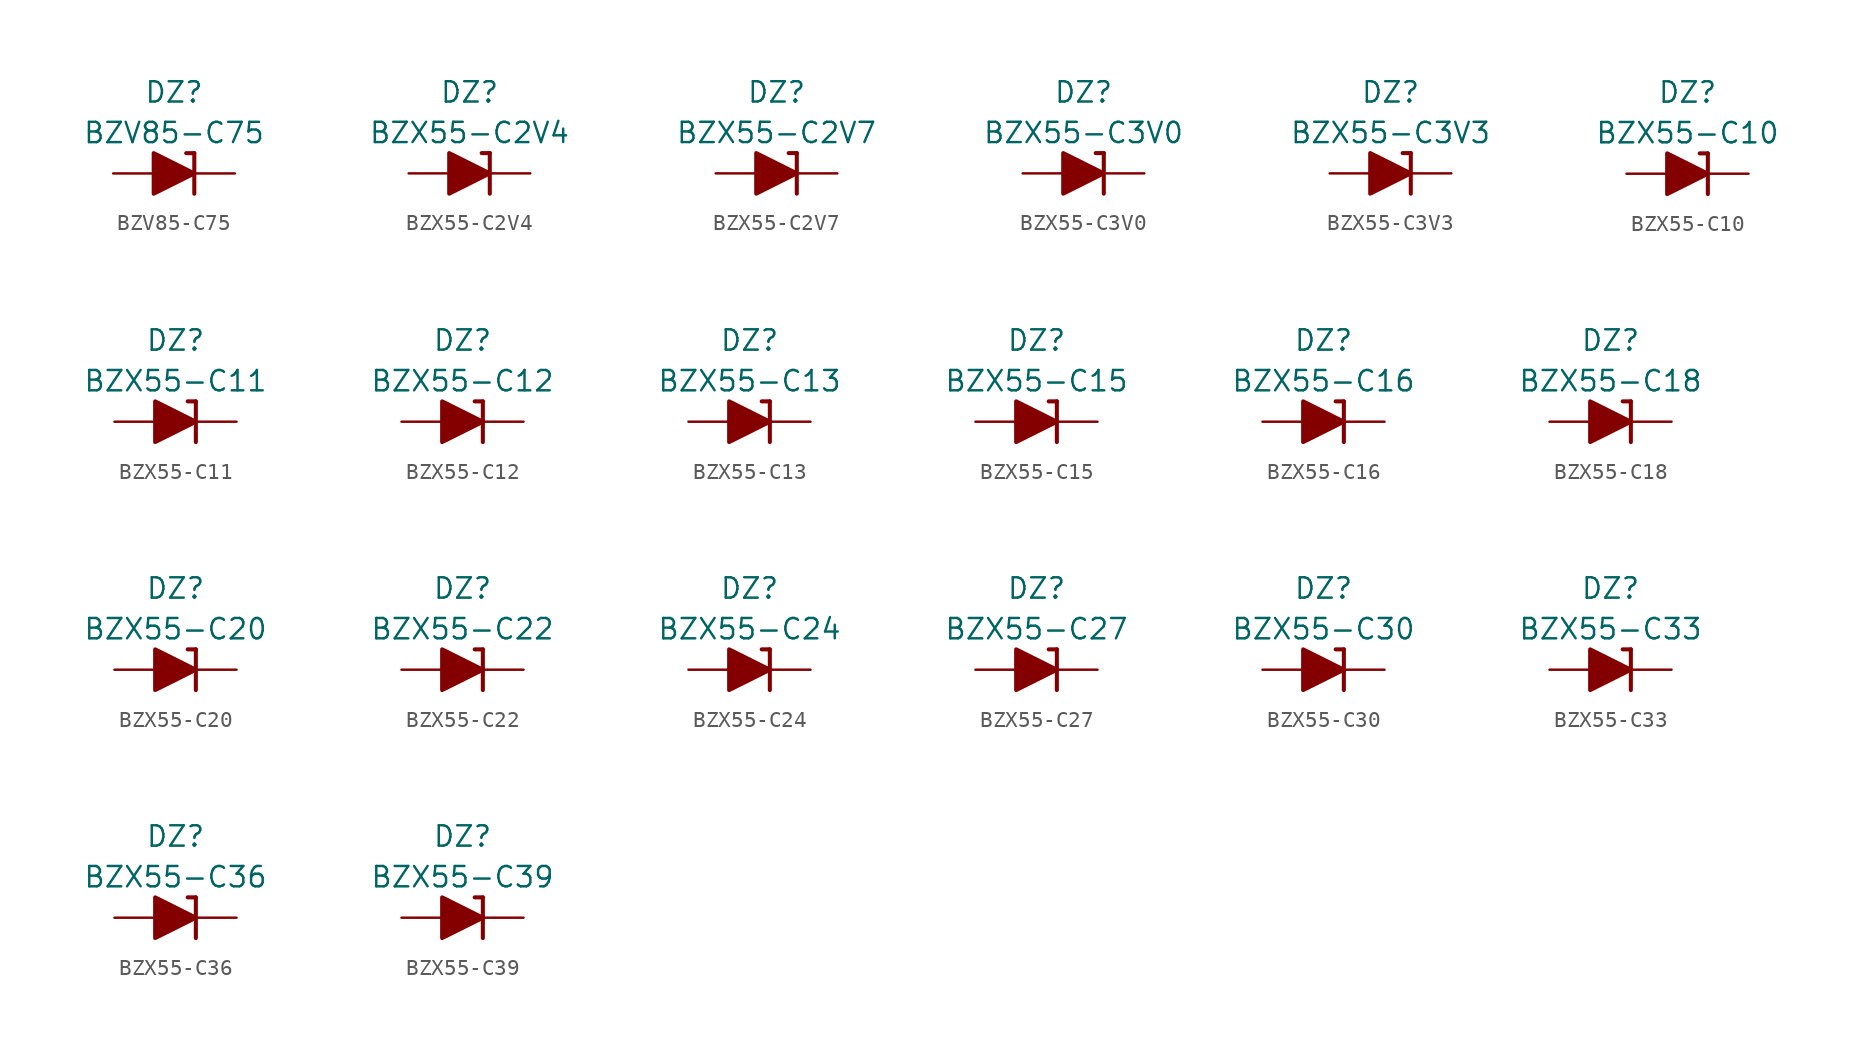
<source format=kicad_sym>
(kicad_symbol_lib
  (version 20201005)
  (generator kicad_symbol_editor)
  (symbol "Diode_Zener_AKL:BZV85-C75"
    (pin_numbers hide)
    (pin_names
      (offset 1.016) hide)
    (property "Reference" "DZ"
      (at 0 5.08 0)
      (effects (font (size 1.27 1.27))))
    (property "Value" "BZV85-C75"
      (at 0 2.54 0)
      (effects (font (size 1.27 1.27))))
    (symbol "BZV85-C75_0_1"
      (polyline (pts (xy -1.27 0) (xy 1.27 0)) (stroke (width 0)) (fill (type none)))
      (polyline (pts (xy 1.27 1.27) (xy 0.762 1.27)) (stroke (width 0.254)) (fill (type none)))
      (polyline (pts (xy 1.27 1.27) (xy 1.27 -1.27)) (stroke (width 0.254)) (fill (type none)))
      (polyline (pts (xy -1.27 -1.27) (xy -1.27 1.27) (xy 1.27 0) (xy -1.27 -1.27)) (stroke (width 0.254)) (fill (type outline))))
    (symbol "BZV85-C75_1_1"
      (pin passive line (at 3.81 0 180) (length 2.54) (name "K" (effects (font (size 1.27 1.27)))) (number "1" (effects (font (size 1.27 1.27)))))
      (pin passive line (at -3.81 0 0) (length 2.54) (name "A" (effects (font (size 1.27 1.27)))) (number "2" (effects (font (size 1.27 1.27)))))))
  (symbol "Diode_Zener_AKL:BZX55-C2V4"
    (pin_numbers hide)
    (pin_names
      (offset 1.016) hide)
    (property "Reference" "DZ"
      (at 0 5.08 0)
      (effects (font (size 1.27 1.27))))
    (property "Value" "BZX55-C2V4"
      (at 0 2.54 0)
      (effects (font (size 1.27 1.27))))
    (symbol "BZX55-C2V4_0_1"
      (polyline (pts (xy -1.27 0) (xy 1.27 0)) (stroke (width 0)) (fill (type none)))
      (polyline (pts (xy 1.27 1.27) (xy 0.762 1.27)) (stroke (width 0.254)) (fill (type none)))
      (polyline (pts (xy 1.27 1.27) (xy 1.27 -1.27)) (stroke (width 0.254)) (fill (type none)))
      (polyline (pts (xy -1.27 -1.27) (xy -1.27 1.27) (xy 1.27 0) (xy -1.27 -1.27)) (stroke (width 0.254)) (fill (type outline))))
    (symbol "BZX55-C2V4_1_1"
      (pin passive line (at 3.81 0 180) (length 2.54) (name "K" (effects (font (size 1.27 1.27)))) (number "1" (effects (font (size 1.27 1.27)))))
      (pin passive line (at -3.81 0 0) (length 2.54) (name "A" (effects (font (size 1.27 1.27)))) (number "2" (effects (font (size 1.27 1.27)))))))
  (symbol "Diode_Zener_AKL:BZX55-C2V7"
    (pin_numbers hide)
    (pin_names
      (offset 1.016) hide)
    (property "Reference" "DZ"
      (at 0 5.08 0)
      (effects (font (size 1.27 1.27))))
    (property "Value" "BZX55-C2V7"
      (at 0 2.54 0)
      (effects (font (size 1.27 1.27))))
    (symbol "BZX55-C2V7_0_1"
      (polyline (pts (xy -1.27 0) (xy 1.27 0)) (stroke (width 0)) (fill (type none)))
      (polyline (pts (xy 1.27 1.27) (xy 0.762 1.27)) (stroke (width 0.254)) (fill (type none)))
      (polyline (pts (xy 1.27 1.27) (xy 1.27 -1.27)) (stroke (width 0.254)) (fill (type none)))
      (polyline (pts (xy -1.27 -1.27) (xy -1.27 1.27) (xy 1.27 0) (xy -1.27 -1.27)) (stroke (width 0.254)) (fill (type outline))))
    (symbol "BZX55-C2V7_1_1"
      (pin passive line (at 3.81 0 180) (length 2.54) (name "K" (effects (font (size 1.27 1.27)))) (number "1" (effects (font (size 1.27 1.27)))))
      (pin passive line (at -3.81 0 0) (length 2.54) (name "A" (effects (font (size 1.27 1.27)))) (number "2" (effects (font (size 1.27 1.27)))))))
  (symbol "Diode_Zener_AKL:BZX55-C3V0"
    (pin_numbers hide)
    (pin_names
      (offset 1.016) hide)
    (property "Reference" "DZ"
      (at 0 5.08 0)
      (effects (font (size 1.27 1.27))))
    (property "Value" "BZX55-C3V0"
      (at 0 2.54 0)
      (effects (font (size 1.27 1.27))))
    (symbol "BZX55-C3V0_0_1"
      (polyline (pts (xy -1.27 0) (xy 1.27 0)) (stroke (width 0)) (fill (type none)))
      (polyline (pts (xy 1.27 1.27) (xy 0.762 1.27)) (stroke (width 0.254)) (fill (type none)))
      (polyline (pts (xy 1.27 1.27) (xy 1.27 -1.27)) (stroke (width 0.254)) (fill (type none)))
      (polyline (pts (xy -1.27 -1.27) (xy -1.27 1.27) (xy 1.27 0) (xy -1.27 -1.27)) (stroke (width 0.254)) (fill (type outline))))
    (symbol "BZX55-C3V0_1_1"
      (pin passive line (at 3.81 0 180) (length 2.54) (name "K" (effects (font (size 1.27 1.27)))) (number "1" (effects (font (size 1.27 1.27)))))
      (pin passive line (at -3.81 0 0) (length 2.54) (name "A" (effects (font (size 1.27 1.27)))) (number "2" (effects (font (size 1.27 1.27)))))))
  (symbol "Diode_Zener_AKL:BZX55-C3V3"
    (pin_numbers hide)
    (pin_names
      (offset 1.016) hide)
    (property "Reference" "DZ"
      (at 0 5.08 0)
      (effects (font (size 1.27 1.27))))
    (property "Value" "BZX55-C3V3"
      (at 0 2.54 0)
      (effects (font (size 1.27 1.27))))
    (symbol "BZX55-C3V3_0_1"
      (polyline (pts (xy -1.27 0) (xy 1.27 0)) (stroke (width 0)) (fill (type none)))
      (polyline (pts (xy 1.27 1.27) (xy 0.762 1.27)) (stroke (width 0.254)) (fill (type none)))
      (polyline (pts (xy 1.27 1.27) (xy 1.27 -1.27)) (stroke (width 0.254)) (fill (type none)))
      (polyline (pts (xy -1.27 -1.27) (xy -1.27 1.27) (xy 1.27 0) (xy -1.27 -1.27)) (stroke (width 0.254)) (fill (type outline))))
    (symbol "BZX55-C3V3_1_1"
      (pin passive line (at 3.81 0 180) (length 2.54) (name "K" (effects (font (size 1.27 1.27)))) (number "1" (effects (font (size 1.27 1.27)))))
      (pin passive line (at -3.81 0 0) (length 2.54) (name "A" (effects (font (size 1.27 1.27)))) (number "2" (effects (font (size 1.27 1.27)))))))
  (symbol "Diode_Zener_AKL:BZX55-C10"
    (pin_numbers hide)
    (pin_names
      (offset 1.016) hide)
    (property "Reference" "DZ"
      (at 0 5.08 0)
      (effects (font (size 1.27 1.27))))
    (property "Value" "BZX55-C10"
      (at 0 2.54 0)
      (effects (font (size 1.27 1.27))))
    (symbol "BZX55-C10_0_1"
      (polyline (pts (xy -1.27 0) (xy 1.27 0)) (stroke (width 0)) (fill (type none)))
      (polyline (pts (xy 1.27 1.27) (xy 0.762 1.27)) (stroke (width 0.254)) (fill (type none)))
      (polyline (pts (xy 1.27 1.27) (xy 1.27 -1.27)) (stroke (width 0.254)) (fill (type none)))
      (polyline (pts (xy -1.27 -1.27) (xy -1.27 1.27) (xy 1.27 0) (xy -1.27 -1.27)) (stroke (width 0.254)) (fill (type outline))))
    (symbol "BZX55-C10_1_1"
      (pin passive line (at 3.81 0 180) (length 2.54) (name "K" (effects (font (size 1.27 1.27)))) (number "1" (effects (font (size 1.27 1.27)))))
      (pin passive line (at -3.81 0 0) (length 2.54) (name "A" (effects (font (size 1.27 1.27)))) (number "2" (effects (font (size 1.27 1.27)))))))
  (symbol "Diode_Zener_AKL:BZX55-C11"
    (pin_numbers hide)
    (pin_names
      (offset 1.016) hide)
    (property "Reference" "DZ"
      (at 0 5.08 0)
      (effects (font (size 1.27 1.27))))
    (property "Value" "BZX55-C11"
      (at 0 2.54 0)
      (effects (font (size 1.27 1.27))))
    (symbol "BZX55-C11_0_1"
      (polyline (pts (xy -1.27 0) (xy 1.27 0)) (stroke (width 0)) (fill (type none)))
      (polyline (pts (xy 1.27 1.27) (xy 0.762 1.27)) (stroke (width 0.254)) (fill (type none)))
      (polyline (pts (xy 1.27 1.27) (xy 1.27 -1.27)) (stroke (width 0.254)) (fill (type none)))
      (polyline (pts (xy -1.27 -1.27) (xy -1.27 1.27) (xy 1.27 0) (xy -1.27 -1.27)) (stroke (width 0.254)) (fill (type outline))))
    (symbol "BZX55-C11_1_1"
      (pin passive line (at 3.81 0 180) (length 2.54) (name "K" (effects (font (size 1.27 1.27)))) (number "1" (effects (font (size 1.27 1.27)))))
      (pin passive line (at -3.81 0 0) (length 2.54) (name "A" (effects (font (size 1.27 1.27)))) (number "2" (effects (font (size 1.27 1.27)))))))
  (symbol "Diode_Zener_AKL:BZX55-C12"
    (pin_numbers hide)
    (pin_names
      (offset 1.016) hide)
    (property "Reference" "DZ"
      (at 0 5.08 0)
      (effects (font (size 1.27 1.27))))
    (property "Value" "BZX55-C12"
      (at 0 2.54 0)
      (effects (font (size 1.27 1.27))))
    (symbol "BZX55-C12_0_1"
      (polyline (pts (xy -1.27 0) (xy 1.27 0)) (stroke (width 0)) (fill (type none)))
      (polyline (pts (xy 1.27 1.27) (xy 0.762 1.27)) (stroke (width 0.254)) (fill (type none)))
      (polyline (pts (xy 1.27 1.27) (xy 1.27 -1.27)) (stroke (width 0.254)) (fill (type none)))
      (polyline (pts (xy -1.27 -1.27) (xy -1.27 1.27) (xy 1.27 0) (xy -1.27 -1.27)) (stroke (width 0.254)) (fill (type outline))))
    (symbol "BZX55-C12_1_1"
      (pin passive line (at 3.81 0 180) (length 2.54) (name "K" (effects (font (size 1.27 1.27)))) (number "1" (effects (font (size 1.27 1.27)))))
      (pin passive line (at -3.81 0 0) (length 2.54) (name "A" (effects (font (size 1.27 1.27)))) (number "2" (effects (font (size 1.27 1.27)))))))
  (symbol "Diode_Zener_AKL:BZX55-C13"
    (pin_numbers hide)
    (pin_names
      (offset 1.016) hide)
    (property "Reference" "DZ"
      (at 0 5.08 0)
      (effects (font (size 1.27 1.27))))
    (property "Value" "BZX55-C13"
      (at 0 2.54 0)
      (effects (font (size 1.27 1.27))))
    (symbol "BZX55-C13_0_1"
      (polyline (pts (xy -1.27 0) (xy 1.27 0)) (stroke (width 0)) (fill (type none)))
      (polyline (pts (xy 1.27 1.27) (xy 0.762 1.27)) (stroke (width 0.254)) (fill (type none)))
      (polyline (pts (xy 1.27 1.27) (xy 1.27 -1.27)) (stroke (width 0.254)) (fill (type none)))
      (polyline (pts (xy -1.27 -1.27) (xy -1.27 1.27) (xy 1.27 0) (xy -1.27 -1.27)) (stroke (width 0.254)) (fill (type outline))))
    (symbol "BZX55-C13_1_1"
      (pin passive line (at 3.81 0 180) (length 2.54) (name "K" (effects (font (size 1.27 1.27)))) (number "1" (effects (font (size 1.27 1.27)))))
      (pin passive line (at -3.81 0 0) (length 2.54) (name "A" (effects (font (size 1.27 1.27)))) (number "2" (effects (font (size 1.27 1.27)))))))
  (symbol "Diode_Zener_AKL:BZX55-C15"
    (pin_numbers hide)
    (pin_names
      (offset 1.016) hide)
    (property "Reference" "DZ"
      (at 0 5.08 0)
      (effects (font (size 1.27 1.27))))
    (property "Value" "BZX55-C15"
      (at 0 2.54 0)
      (effects (font (size 1.27 1.27))))
    (symbol "BZX55-C15_0_1"
      (polyline (pts (xy -1.27 0) (xy 1.27 0)) (stroke (width 0)) (fill (type none)))
      (polyline (pts (xy 1.27 1.27) (xy 0.762 1.27)) (stroke (width 0.254)) (fill (type none)))
      (polyline (pts (xy 1.27 1.27) (xy 1.27 -1.27)) (stroke (width 0.254)) (fill (type none)))
      (polyline (pts (xy -1.27 -1.27) (xy -1.27 1.27) (xy 1.27 0) (xy -1.27 -1.27)) (stroke (width 0.254)) (fill (type outline))))
    (symbol "BZX55-C15_1_1"
      (pin passive line (at 3.81 0 180) (length 2.54) (name "K" (effects (font (size 1.27 1.27)))) (number "1" (effects (font (size 1.27 1.27)))))
      (pin passive line (at -3.81 0 0) (length 2.54) (name "A" (effects (font (size 1.27 1.27)))) (number "2" (effects (font (size 1.27 1.27)))))))
  (symbol "Diode_Zener_AKL:BZX55-C16"
    (pin_numbers hide)
    (pin_names
      (offset 1.016) hide)
    (property "Reference" "DZ"
      (at 0 5.08 0)
      (effects (font (size 1.27 1.27))))
    (property "Value" "BZX55-C16"
      (at 0 2.54 0)
      (effects (font (size 1.27 1.27))))
    (symbol "BZX55-C16_0_1"
      (polyline (pts (xy -1.27 0) (xy 1.27 0)) (stroke (width 0)) (fill (type none)))
      (polyline (pts (xy 1.27 1.27) (xy 0.762 1.27)) (stroke (width 0.254)) (fill (type none)))
      (polyline (pts (xy 1.27 1.27) (xy 1.27 -1.27)) (stroke (width 0.254)) (fill (type none)))
      (polyline (pts (xy -1.27 -1.27) (xy -1.27 1.27) (xy 1.27 0) (xy -1.27 -1.27)) (stroke (width 0.254)) (fill (type outline))))
    (symbol "BZX55-C16_1_1"
      (pin passive line (at 3.81 0 180) (length 2.54) (name "K" (effects (font (size 1.27 1.27)))) (number "1" (effects (font (size 1.27 1.27)))))
      (pin passive line (at -3.81 0 0) (length 2.54) (name "A" (effects (font (size 1.27 1.27)))) (number "2" (effects (font (size 1.27 1.27)))))))
  (symbol "Diode_Zener_AKL:BZX55-C18"
    (pin_numbers hide)
    (pin_names
      (offset 1.016) hide)
    (property "Reference" "DZ"
      (at 0 5.08 0)
      (effects (font (size 1.27 1.27))))
    (property "Value" "BZX55-C18"
      (at 0 2.54 0)
      (effects (font (size 1.27 1.27))))
    (symbol "BZX55-C18_0_1"
      (polyline (pts (xy -1.27 0) (xy 1.27 0)) (stroke (width 0)) (fill (type none)))
      (polyline (pts (xy 1.27 1.27) (xy 0.762 1.27)) (stroke (width 0.254)) (fill (type none)))
      (polyline (pts (xy 1.27 1.27) (xy 1.27 -1.27)) (stroke (width 0.254)) (fill (type none)))
      (polyline (pts (xy -1.27 -1.27) (xy -1.27 1.27) (xy 1.27 0) (xy -1.27 -1.27)) (stroke (width 0.254)) (fill (type outline))))
    (symbol "BZX55-C18_1_1"
      (pin passive line (at 3.81 0 180) (length 2.54) (name "K" (effects (font (size 1.27 1.27)))) (number "1" (effects (font (size 1.27 1.27)))))
      (pin passive line (at -3.81 0 0) (length 2.54) (name "A" (effects (font (size 1.27 1.27)))) (number "2" (effects (font (size 1.27 1.27)))))))
  (symbol "Diode_Zener_AKL:BZX55-C20"
    (pin_numbers hide)
    (pin_names
      (offset 1.016) hide)
    (property "Reference" "DZ"
      (at 0 5.08 0)
      (effects (font (size 1.27 1.27))))
    (property "Value" "BZX55-C20"
      (at 0 2.54 0)
      (effects (font (size 1.27 1.27))))
    (symbol "BZX55-C20_0_1"
      (polyline (pts (xy -1.27 0) (xy 1.27 0)) (stroke (width 0)) (fill (type none)))
      (polyline (pts (xy 1.27 1.27) (xy 0.762 1.27)) (stroke (width 0.254)) (fill (type none)))
      (polyline (pts (xy 1.27 1.27) (xy 1.27 -1.27)) (stroke (width 0.254)) (fill (type none)))
      (polyline (pts (xy -1.27 -1.27) (xy -1.27 1.27) (xy 1.27 0) (xy -1.27 -1.27)) (stroke (width 0.254)) (fill (type outline))))
    (symbol "BZX55-C20_1_1"
      (pin passive line (at 3.81 0 180) (length 2.54) (name "K" (effects (font (size 1.27 1.27)))) (number "1" (effects (font (size 1.27 1.27)))))
      (pin passive line (at -3.81 0 0) (length 2.54) (name "A" (effects (font (size 1.27 1.27)))) (number "2" (effects (font (size 1.27 1.27)))))))
  (symbol "Diode_Zener_AKL:BZX55-C22"
    (pin_numbers hide)
    (pin_names
      (offset 1.016) hide)
    (property "Reference" "DZ"
      (at 0 5.08 0)
      (effects (font (size 1.27 1.27))))
    (property "Value" "BZX55-C22"
      (at 0 2.54 0)
      (effects (font (size 1.27 1.27))))
    (symbol "BZX55-C22_0_1"
      (polyline (pts (xy -1.27 0) (xy 1.27 0)) (stroke (width 0)) (fill (type none)))
      (polyline (pts (xy 1.27 1.27) (xy 0.762 1.27)) (stroke (width 0.254)) (fill (type none)))
      (polyline (pts (xy 1.27 1.27) (xy 1.27 -1.27)) (stroke (width 0.254)) (fill (type none)))
      (polyline (pts (xy -1.27 -1.27) (xy -1.27 1.27) (xy 1.27 0) (xy -1.27 -1.27)) (stroke (width 0.254)) (fill (type outline))))
    (symbol "BZX55-C22_1_1"
      (pin passive line (at 3.81 0 180) (length 2.54) (name "K" (effects (font (size 1.27 1.27)))) (number "1" (effects (font (size 1.27 1.27)))))
      (pin passive line (at -3.81 0 0) (length 2.54) (name "A" (effects (font (size 1.27 1.27)))) (number "2" (effects (font (size 1.27 1.27)))))))
  (symbol "Diode_Zener_AKL:BZX55-C24"
    (pin_numbers hide)
    (pin_names
      (offset 1.016) hide)
    (property "Reference" "DZ"
      (at 0 5.08 0)
      (effects (font (size 1.27 1.27))))
    (property "Value" "BZX55-C24"
      (at 0 2.54 0)
      (effects (font (size 1.27 1.27))))
    (symbol "BZX55-C24_0_1"
      (polyline (pts (xy -1.27 0) (xy 1.27 0)) (stroke (width 0)) (fill (type none)))
      (polyline (pts (xy 1.27 1.27) (xy 0.762 1.27)) (stroke (width 0.254)) (fill (type none)))
      (polyline (pts (xy 1.27 1.27) (xy 1.27 -1.27)) (stroke (width 0.254)) (fill (type none)))
      (polyline (pts (xy -1.27 -1.27) (xy -1.27 1.27) (xy 1.27 0) (xy -1.27 -1.27)) (stroke (width 0.254)) (fill (type outline))))
    (symbol "BZX55-C24_1_1"
      (pin passive line (at 3.81 0 180) (length 2.54) (name "K" (effects (font (size 1.27 1.27)))) (number "1" (effects (font (size 1.27 1.27)))))
      (pin passive line (at -3.81 0 0) (length 2.54) (name "A" (effects (font (size 1.27 1.27)))) (number "2" (effects (font (size 1.27 1.27)))))))
  (symbol "Diode_Zener_AKL:BZX55-C27"
    (pin_numbers hide)
    (pin_names
      (offset 1.016) hide)
    (property "Reference" "DZ"
      (at 0 5.08 0)
      (effects (font (size 1.27 1.27))))
    (property "Value" "BZX55-C27"
      (at 0 2.54 0)
      (effects (font (size 1.27 1.27))))
    (symbol "BZX55-C27_0_1"
      (polyline (pts (xy -1.27 0) (xy 1.27 0)) (stroke (width 0)) (fill (type none)))
      (polyline (pts (xy 1.27 1.27) (xy 0.762 1.27)) (stroke (width 0.254)) (fill (type none)))
      (polyline (pts (xy 1.27 1.27) (xy 1.27 -1.27)) (stroke (width 0.254)) (fill (type none)))
      (polyline (pts (xy -1.27 -1.27) (xy -1.27 1.27) (xy 1.27 0) (xy -1.27 -1.27)) (stroke (width 0.254)) (fill (type outline))))
    (symbol "BZX55-C27_1_1"
      (pin passive line (at 3.81 0 180) (length 2.54) (name "K" (effects (font (size 1.27 1.27)))) (number "1" (effects (font (size 1.27 1.27)))))
      (pin passive line (at -3.81 0 0) (length 2.54) (name "A" (effects (font (size 1.27 1.27)))) (number "2" (effects (font (size 1.27 1.27)))))))
  (symbol "Diode_Zener_AKL:BZX55-C30"
    (pin_numbers hide)
    (pin_names
      (offset 1.016) hide)
    (property "Reference" "DZ"
      (at 0 5.08 0)
      (effects (font (size 1.27 1.27))))
    (property "Value" "BZX55-C30"
      (at 0 2.54 0)
      (effects (font (size 1.27 1.27))))
    (symbol "BZX55-C30_0_1"
      (polyline (pts (xy -1.27 0) (xy 1.27 0)) (stroke (width 0)) (fill (type none)))
      (polyline (pts (xy 1.27 1.27) (xy 0.762 1.27)) (stroke (width 0.254)) (fill (type none)))
      (polyline (pts (xy 1.27 1.27) (xy 1.27 -1.27)) (stroke (width 0.254)) (fill (type none)))
      (polyline (pts (xy -1.27 -1.27) (xy -1.27 1.27) (xy 1.27 0) (xy -1.27 -1.27)) (stroke (width 0.254)) (fill (type outline))))
    (symbol "BZX55-C30_1_1"
      (pin passive line (at 3.81 0 180) (length 2.54) (name "K" (effects (font (size 1.27 1.27)))) (number "1" (effects (font (size 1.27 1.27)))))
      (pin passive line (at -3.81 0 0) (length 2.54) (name "A" (effects (font (size 1.27 1.27)))) (number "2" (effects (font (size 1.27 1.27)))))))
  (symbol "Diode_Zener_AKL:BZX55-C33"
    (pin_numbers hide)
    (pin_names
      (offset 1.016) hide)
    (property "Reference" "DZ"
      (at 0 5.08 0)
      (effects (font (size 1.27 1.27))))
    (property "Value" "BZX55-C33"
      (at 0 2.54 0)
      (effects (font (size 1.27 1.27))))
    (symbol "BZX55-C33_0_1"
      (polyline (pts (xy -1.27 0) (xy 1.27 0)) (stroke (width 0)) (fill (type none)))
      (polyline (pts (xy 1.27 1.27) (xy 0.762 1.27)) (stroke (width 0.254)) (fill (type none)))
      (polyline (pts (xy 1.27 1.27) (xy 1.27 -1.27)) (stroke (width 0.254)) (fill (type none)))
      (polyline (pts (xy -1.27 -1.27) (xy -1.27 1.27) (xy 1.27 0) (xy -1.27 -1.27)) (stroke (width 0.254)) (fill (type outline))))
    (symbol "BZX55-C33_1_1"
      (pin passive line (at 3.81 0 180) (length 2.54) (name "K" (effects (font (size 1.27 1.27)))) (number "1" (effects (font (size 1.27 1.27)))))
      (pin passive line (at -3.81 0 0) (length 2.54) (name "A" (effects (font (size 1.27 1.27)))) (number "2" (effects (font (size 1.27 1.27)))))))
  (symbol "Diode_Zener_AKL:BZX55-C36"
    (pin_numbers hide)
    (pin_names
      (offset 1.016) hide)
    (property "Reference" "DZ"
      (at 0 5.08 0)
      (effects (font (size 1.27 1.27))))
    (property "Value" "BZX55-C36"
      (at 0 2.54 0)
      (effects (font (size 1.27 1.27))))
    (symbol "BZX55-C36_0_1"
      (polyline (pts (xy -1.27 0) (xy 1.27 0)) (stroke (width 0)) (fill (type none)))
      (polyline (pts (xy 1.27 1.27) (xy 0.762 1.27)) (stroke (width 0.254)) (fill (type none)))
      (polyline (pts (xy 1.27 1.27) (xy 1.27 -1.27)) (stroke (width 0.254)) (fill (type none)))
      (polyline (pts (xy -1.27 -1.27) (xy -1.27 1.27) (xy 1.27 0) (xy -1.27 -1.27)) (stroke (width 0.254)) (fill (type outline))))
    (symbol "BZX55-C36_1_1"
      (pin passive line (at 3.81 0 180) (length 2.54) (name "K" (effects (font (size 1.27 1.27)))) (number "1" (effects (font (size 1.27 1.27)))))
      (pin passive line (at -3.81 0 0) (length 2.54) (name "A" (effects (font (size 1.27 1.27)))) (number "2" (effects (font (size 1.27 1.27)))))))
  (symbol "Diode_Zener_AKL:BZX55-C39"
    (pin_numbers hide)
    (pin_names
      (offset 1.016) hide)
    (property "Reference" "DZ"
      (at 0 5.08 0)
      (effects (font (size 1.27 1.27))))
    (property "Value" "BZX55-C39"
      (at 0 2.54 0)
      (effects (font (size 1.27 1.27))))
    (symbol "BZX55-C39_0_1"
      (polyline (pts (xy -1.27 0) (xy 1.27 0)) (stroke (width 0)) (fill (type none)))
      (polyline (pts (xy 1.27 1.27) (xy 0.762 1.27)) (stroke (width 0.254)) (fill (type none)))
      (polyline (pts (xy 1.27 1.27) (xy 1.27 -1.27)) (stroke (width 0.254)) (fill (type none)))
      (polyline (pts (xy -1.27 -1.27) (xy -1.27 1.27) (xy 1.27 0) (xy -1.27 -1.27)) (stroke (width 0.254)) (fill (type outline))))
    (symbol "BZX55-C39_1_1"
      (pin passive line (at 3.81 0 180) (length 2.54) (name "K" (effects (font (size 1.27 1.27)))) (number "1" (effects (font (size 1.27 1.27)))))
      (pin passive line (at -3.81 0 0) (length 2.54) (name "A" (effects (font (size 1.27 1.27)))) (number "2" (effects (font (size 1.27 1.27))))))))
</source>
